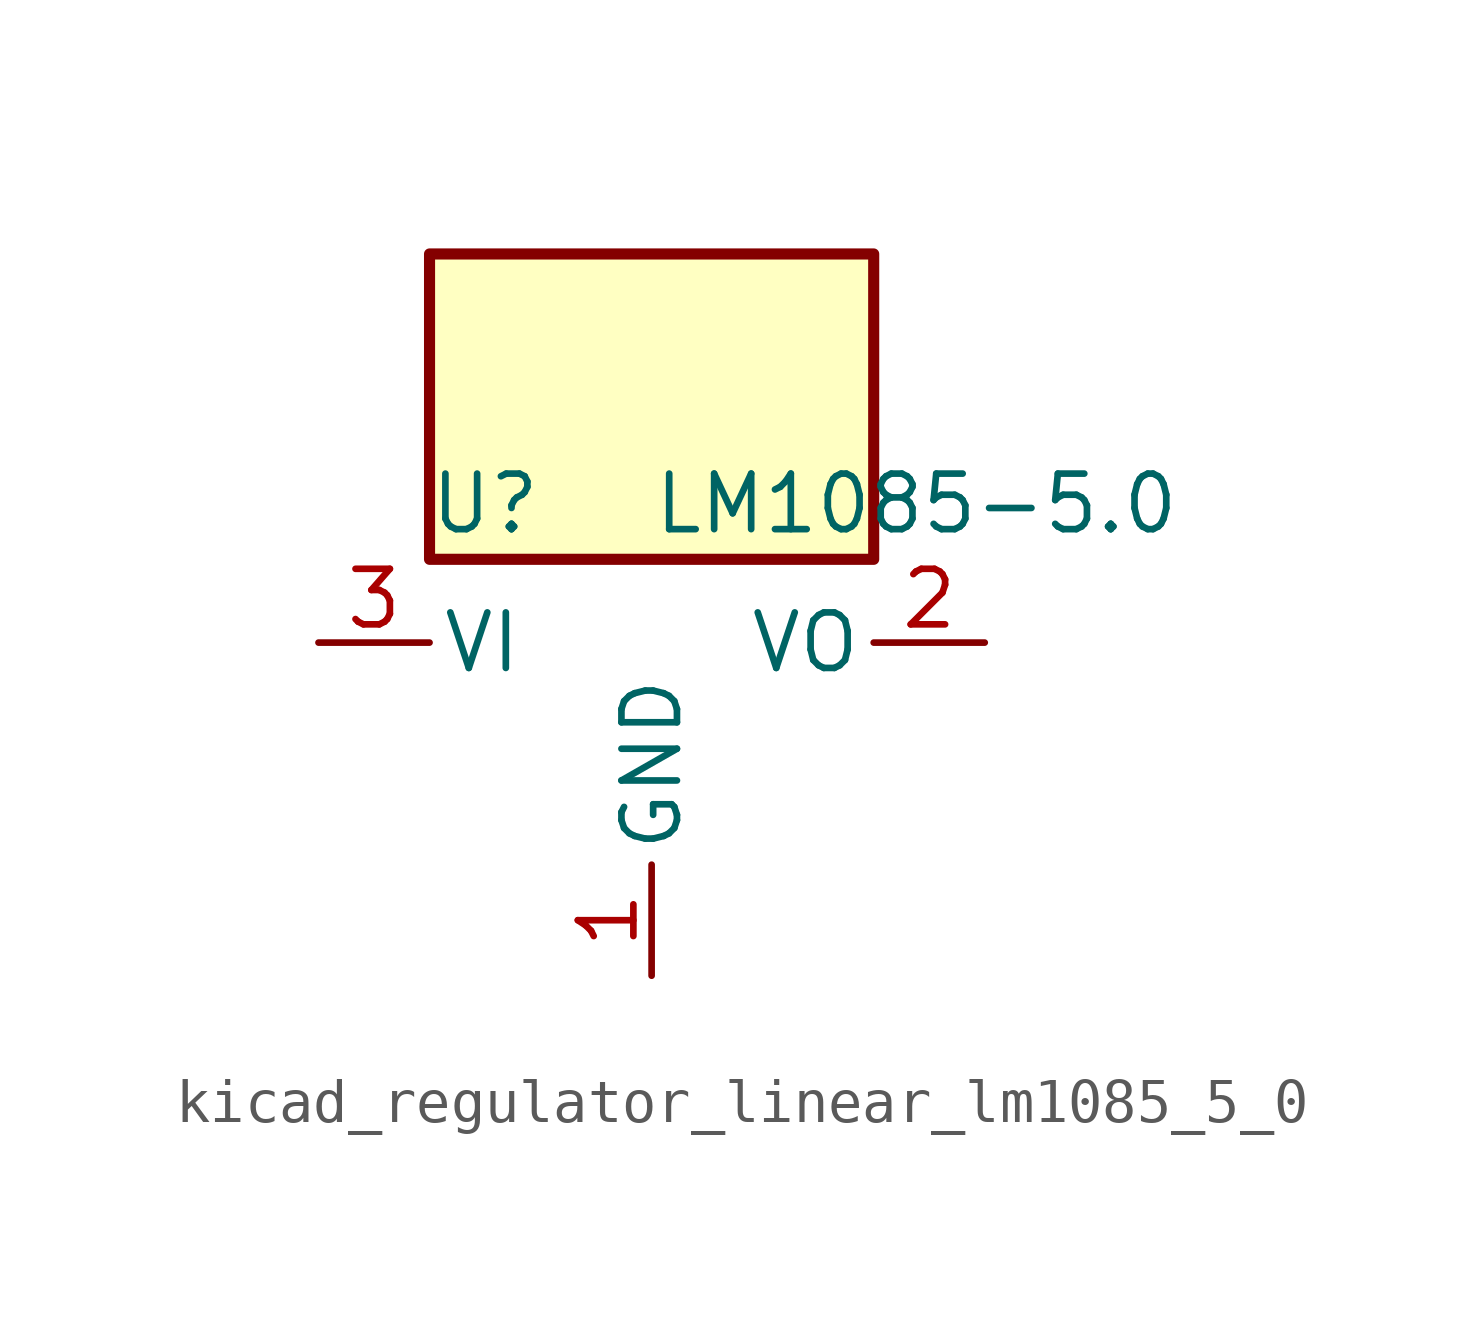
<source format=kicad_sym>
(kicad_symbol_lib
  (version 20220914)
  (generator kicad_symbol_editor)
  (symbol "kicad_regulator_linear_lm1085_5_0"
    (pin_names
      (offset 0.254))
    (property "Reference" "U"
      (at -3.81 3.175 0)
      (effects (font (size 1.27 1.27))))
    (property "Value" "LM1085-5.0"
      (at 0 3.175 0)
      (effects (font (size 1.27 1.27)) (justify left)))
    (symbol "kicad_regulator_linear_lm1085_5_0_0_1"
      (rectangle (start 5.08 8.89) (end -5.08 1.905) (stroke (width 0.254) (type default)) (fill (type background))))
    (symbol "kicad_regulator_linear_lm1085_5_0_1_1"
      (pin power_in line (at 0 -7.62 90) (length 2.54) (name "GND" (effects (font (size 1.27 1.27)))) (number "1" (effects (font (size 1.27 1.27)))))
      (pin power_out line (at 7.62 0 180) (length 2.54) (name "VO" (effects (font (size 1.27 1.27)))) (number "2" (effects (font (size 1.27 1.27)))))
      (pin power_in line (at -7.62 0 0) (length 2.54) (name "VI" (effects (font (size 1.27 1.27)))) (number "3" (effects (font (size 1.27 1.27))))))))
</source>
